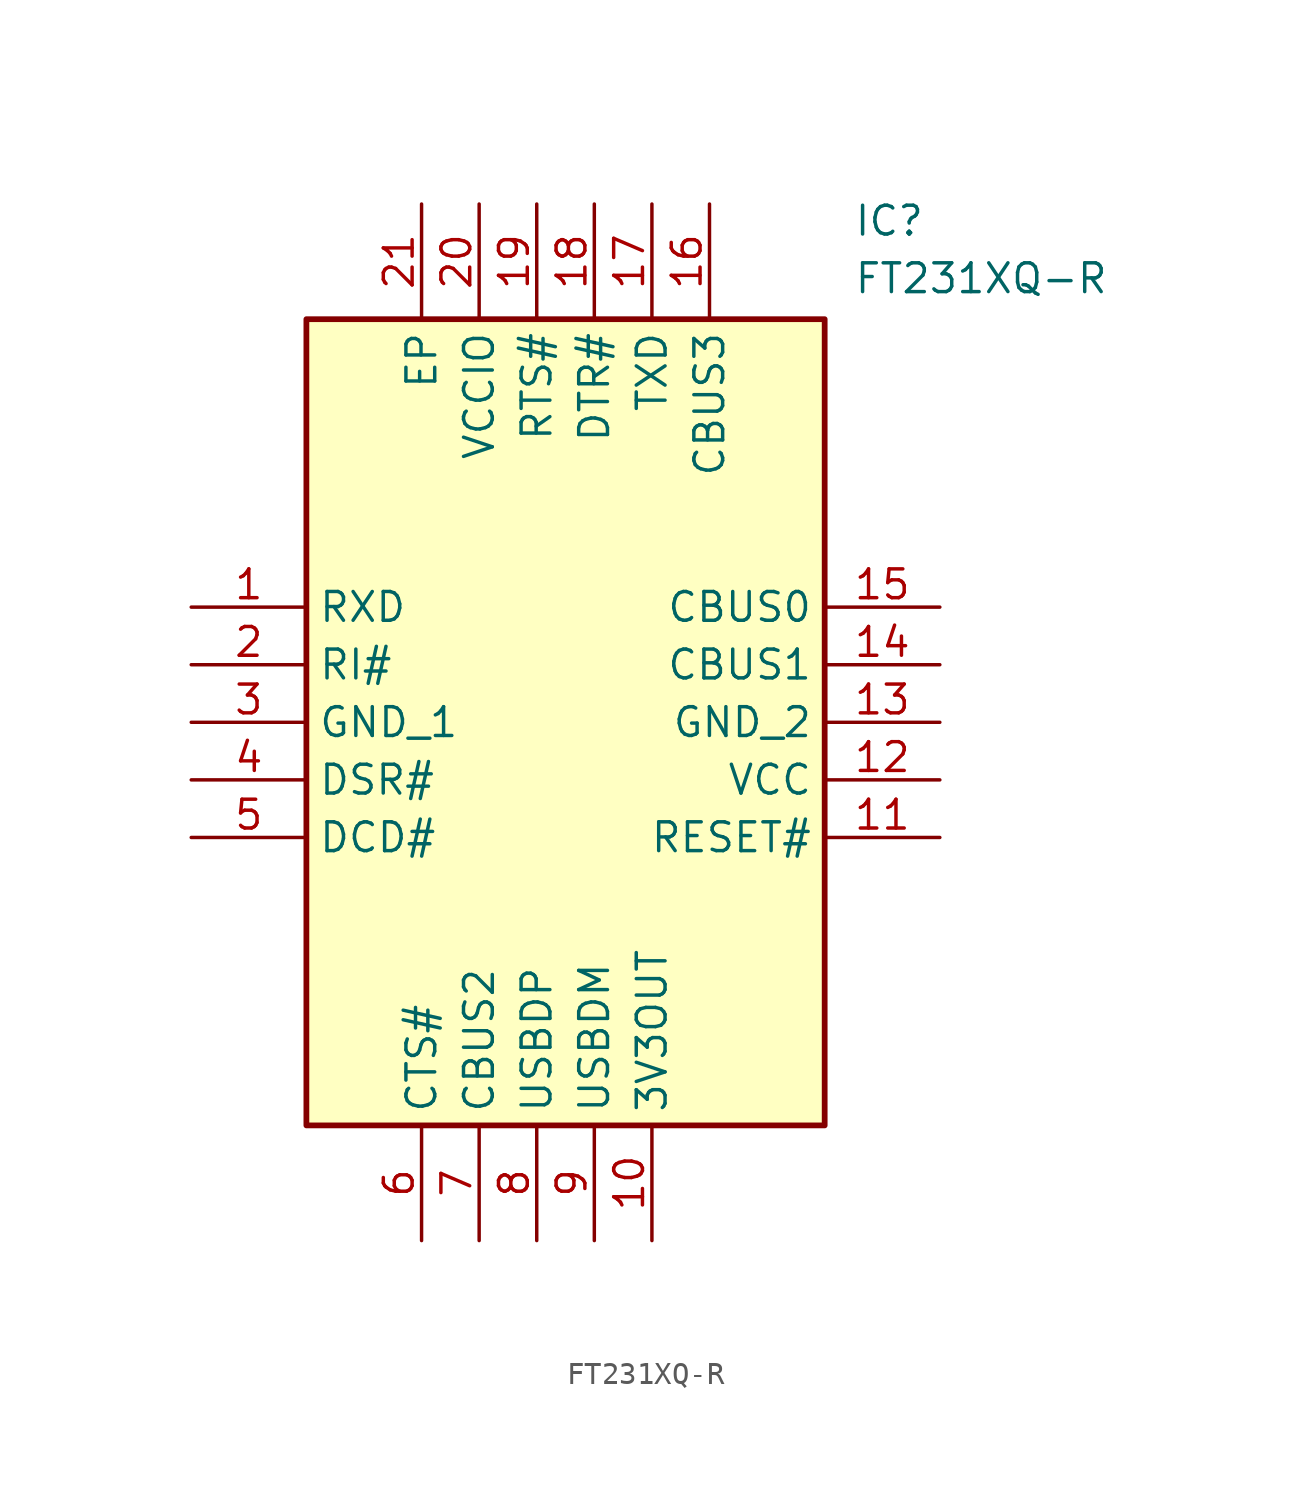
<source format=kicad_sym>
(kicad_symbol_lib
  (version 20211014)
  (generator SamacSys_ECAD_Model)
  (symbol "FT231XQ-R"
    (property "Reference" "IC"
      (at 29.21 17.78 0)
      (effects (font (size 1.27 1.27)) (justify left top)))
    (property "Value" "FT231XQ-R"
      (at 29.21 15.24 0)
      (effects (font (size 1.27 1.27)) (justify left top)))
    (rectangle
      (start 5.08 12.7)
      (end 27.94 -22.86)
      (stroke (width 0.254) (type default))
      (fill (type background)))
    (pin passive line
      (at 0 0 0)
      (length 5.08)
      (name "RXD" (effects (font (size 1.27 1.27))))
      (number "1" (effects (font (size 1.27 1.27)))))
    (pin passive line
      (at 0 -2.54 0)
      (length 5.08)
      (name "RI#" (effects (font (size 1.27 1.27))))
      (number "2" (effects (font (size 1.27 1.27)))))
    (pin passive line
      (at 0 -5.08 0)
      (length 5.08)
      (name "GND_1" (effects (font (size 1.27 1.27))))
      (number "3" (effects (font (size 1.27 1.27)))))
    (pin passive line
      (at 0 -7.62 0)
      (length 5.08)
      (name "DSR#" (effects (font (size 1.27 1.27))))
      (number "4" (effects (font (size 1.27 1.27)))))
    (pin passive line
      (at 0 -10.16 0)
      (length 5.08)
      (name "DCD#" (effects (font (size 1.27 1.27))))
      (number "5" (effects (font (size 1.27 1.27)))))
    (pin passive line
      (at 10.16 -27.94 90)
      (length 5.08)
      (name "CTS#" (effects (font (size 1.27 1.27))))
      (number "6" (effects (font (size 1.27 1.27)))))
    (pin passive line
      (at 12.7 -27.94 90)
      (length 5.08)
      (name "CBUS2" (effects (font (size 1.27 1.27))))
      (number "7" (effects (font (size 1.27 1.27)))))
    (pin passive line
      (at 15.24 -27.94 90)
      (length 5.08)
      (name "USBDP" (effects (font (size 1.27 1.27))))
      (number "8" (effects (font (size 1.27 1.27)))))
    (pin passive line
      (at 17.78 -27.94 90)
      (length 5.08)
      (name "USBDM" (effects (font (size 1.27 1.27))))
      (number "9" (effects (font (size 1.27 1.27)))))
    (pin passive line
      (at 20.32 -27.94 90)
      (length 5.08)
      (name "3V3OUT" (effects (font (size 1.27 1.27))))
      (number "10" (effects (font (size 1.27 1.27)))))
    (pin passive line
      (at 33.02 0 180)
      (length 5.08)
      (name "CBUS0" (effects (font (size 1.27 1.27))))
      (number "15" (effects (font (size 1.27 1.27)))))
    (pin passive line
      (at 33.02 -2.54 180)
      (length 5.08)
      (name "CBUS1" (effects (font (size 1.27 1.27))))
      (number "14" (effects (font (size 1.27 1.27)))))
    (pin passive line
      (at 33.02 -5.08 180)
      (length 5.08)
      (name "GND_2" (effects (font (size 1.27 1.27))))
      (number "13" (effects (font (size 1.27 1.27)))))
    (pin passive line
      (at 33.02 -7.62 180)
      (length 5.08)
      (name "VCC" (effects (font (size 1.27 1.27))))
      (number "12" (effects (font (size 1.27 1.27)))))
    (pin passive line
      (at 33.02 -10.16 180)
      (length 5.08)
      (name "RESET#" (effects (font (size 1.27 1.27))))
      (number "11" (effects (font (size 1.27 1.27)))))
    (pin passive line
      (at 10.16 17.78 270)
      (length 5.08)
      (name "EP" (effects (font (size 1.27 1.27))))
      (number "21" (effects (font (size 1.27 1.27)))))
    (pin passive line
      (at 12.7 17.78 270)
      (length 5.08)
      (name "VCCIO" (effects (font (size 1.27 1.27))))
      (number "20" (effects (font (size 1.27 1.27)))))
    (pin passive line
      (at 15.24 17.78 270)
      (length 5.08)
      (name "RTS#" (effects (font (size 1.27 1.27))))
      (number "19" (effects (font (size 1.27 1.27)))))
    (pin passive line
      (at 17.78 17.78 270)
      (length 5.08)
      (name "DTR#" (effects (font (size 1.27 1.27))))
      (number "18" (effects (font (size 1.27 1.27)))))
    (pin passive line
      (at 20.32 17.78 270)
      (length 5.08)
      (name "TXD" (effects (font (size 1.27 1.27))))
      (number "17" (effects (font (size 1.27 1.27)))))
    (pin passive line
      (at 22.86 17.78 270)
      (length 5.08)
      (name "CBUS3" (effects (font (size 1.27 1.27))))
      (number "16" (effects (font (size 1.27 1.27)))))))
</source>
